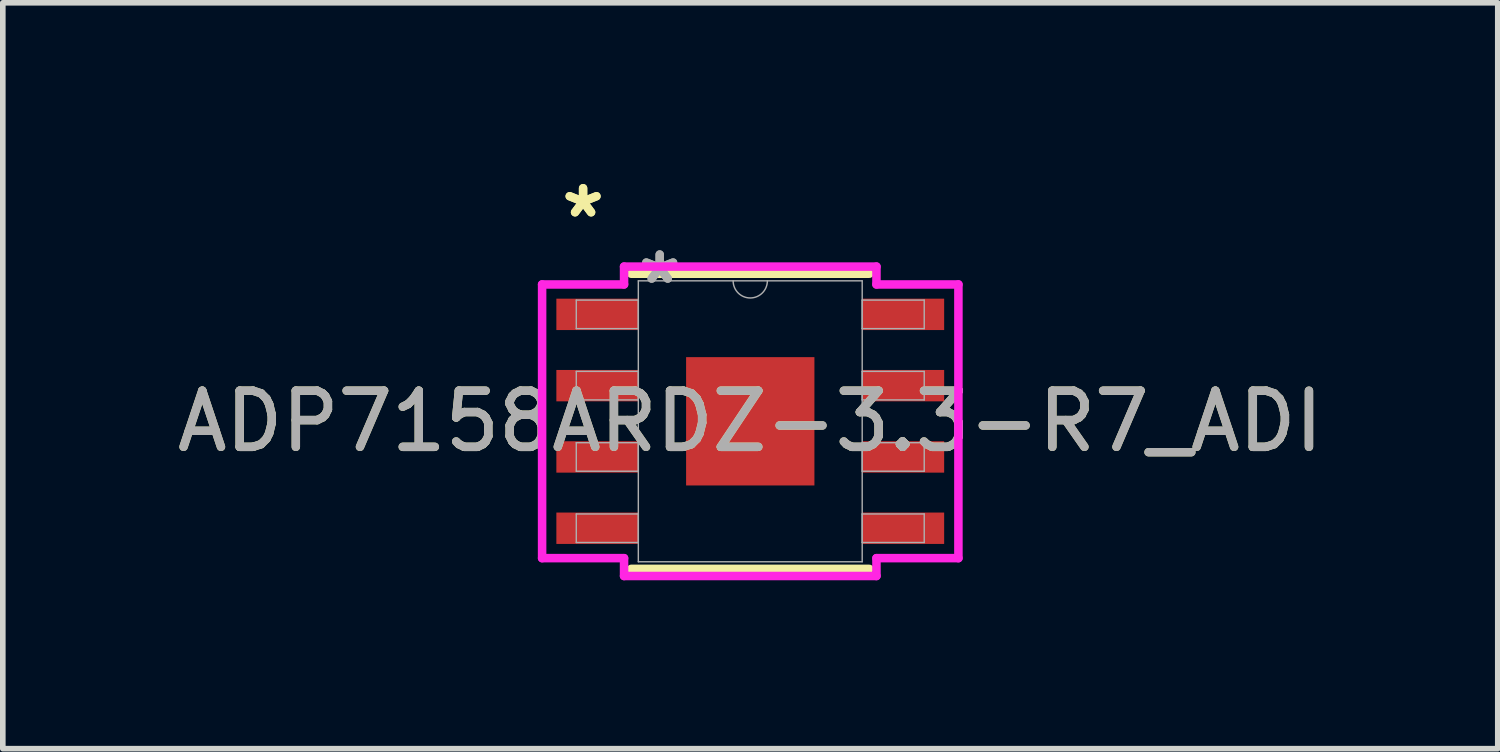
<source format=kicad_pcb>
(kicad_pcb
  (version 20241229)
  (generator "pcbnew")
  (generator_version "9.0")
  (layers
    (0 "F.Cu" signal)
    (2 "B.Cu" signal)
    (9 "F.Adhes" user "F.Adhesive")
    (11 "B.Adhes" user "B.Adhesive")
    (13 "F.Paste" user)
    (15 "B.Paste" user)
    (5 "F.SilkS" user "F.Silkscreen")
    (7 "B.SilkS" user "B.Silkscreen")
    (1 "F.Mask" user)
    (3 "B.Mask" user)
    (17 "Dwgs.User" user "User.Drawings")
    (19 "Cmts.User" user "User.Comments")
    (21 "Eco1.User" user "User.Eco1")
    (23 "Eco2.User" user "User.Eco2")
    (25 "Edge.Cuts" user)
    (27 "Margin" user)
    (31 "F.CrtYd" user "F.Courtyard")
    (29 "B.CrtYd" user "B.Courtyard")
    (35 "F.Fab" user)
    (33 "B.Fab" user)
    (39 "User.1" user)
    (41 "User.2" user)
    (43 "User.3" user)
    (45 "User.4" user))
  (footprint "ADP7158ARDZ-3.3-R7_ADI"
    (layer "F.Cu")
    (at 10.315 4.455)
    (property "Reference" "ADP7158ARDZ-3.3-R7_ADI" (at 0 0 0) (unlocked yes) (layer "F.SilkS") (effects (font (size 1 1) (thickness 0.15))))
    (attr smd)
    (fp_line (start -2.121 2.629) (end 2.121 2.629) (stroke (width 0.152) (type solid)) (layer "F.SilkS"))
    (fp_line (start 2.121 -2.629) (end -2.121 -2.629) (stroke (width 0.152) (type solid)) (layer "F.SilkS"))
    (fp_line (start -3.708 -2.438) (end -2.248 -2.438) (stroke (width 0.152) (type solid)) (layer "F.CrtYd"))
    (fp_line (start -3.708 2.438) (end -3.708 -2.438) (stroke (width 0.152) (type solid)) (layer "F.CrtYd"))
    (fp_line (start -3.708 2.438) (end -2.248 2.438) (stroke (width 0.152) (type solid)) (layer "F.CrtYd"))
    (fp_line (start -2.248 -2.756) (end 2.248 -2.756) (stroke (width 0.152) (type solid)) (layer "F.CrtYd"))
    (fp_line (start -2.248 -2.438) (end -2.248 -2.756) (stroke (width 0.152) (type solid)) (layer "F.CrtYd"))
    (fp_line (start -2.248 2.756) (end -2.248 2.438) (stroke (width 0.152) (type solid)) (layer "F.CrtYd"))
    (fp_line (start 2.248 -2.756) (end 2.248 -2.438) (stroke (width 0.152) (type solid)) (layer "F.CrtYd"))
    (fp_line (start 2.248 2.438) (end 2.248 2.756) (stroke (width 0.152) (type solid)) (layer "F.CrtYd"))
    (fp_line (start 2.248 2.756) (end -2.248 2.756) (stroke (width 0.152) (type solid)) (layer "F.CrtYd"))
    (fp_line (start 3.708 -2.438) (end 2.248 -2.438) (stroke (width 0.152) (type solid)) (layer "F.CrtYd"))
    (fp_line (start 3.708 -2.438) (end 3.708 2.438) (stroke (width 0.152) (type solid)) (layer "F.CrtYd"))
    (fp_line (start 3.708 2.438) (end 2.248 2.438) (stroke (width 0.152) (type solid)) (layer "F.CrtYd"))
    (fp_line (start -3.099 -2.159) (end -3.099 -1.651) (stroke (width 0.025) (type solid)) (layer "F.Fab"))
    (fp_line (start -3.099 -1.651) (end -1.994 -1.651) (stroke (width 0.025) (type solid)) (layer "F.Fab"))
    (fp_line (start -3.099 -0.889) (end -3.099 -0.381) (stroke (width 0.025) (type solid)) (layer "F.Fab"))
    (fp_line (start -3.099 -0.381) (end -1.994 -0.381) (stroke (width 0.025) (type solid)) (layer "F.Fab"))
    (fp_line (start -3.099 0.381) (end -3.099 0.889) (stroke (width 0.025) (type solid)) (layer "F.Fab"))
    (fp_line (start -3.099 0.889) (end -1.994 0.889) (stroke (width 0.025) (type solid)) (layer "F.Fab"))
    (fp_line (start -3.099 1.651) (end -3.099 2.159) (stroke (width 0.025) (type solid)) (layer "F.Fab"))
    (fp_line (start -3.099 2.159) (end -1.994 2.159) (stroke (width 0.025) (type solid)) (layer "F.Fab"))
    (fp_line (start -1.994 -2.502) (end -1.994 2.502) (stroke (width 0.025) (type solid)) (layer "F.Fab"))
    (fp_line (start -1.994 -2.159) (end -3.099 -2.159) (stroke (width 0.025) (type solid)) (layer "F.Fab"))
    (fp_line (start -1.994 -1.651) (end -1.994 -2.159) (stroke (width 0.025) (type solid)) (layer "F.Fab"))
    (fp_line (start -1.994 -0.889) (end -3.099 -0.889) (stroke (width 0.025) (type solid)) (layer "F.Fab"))
    (fp_line (start -1.994 -0.381) (end -1.994 -0.889) (stroke (width 0.025) (type solid)) (layer "F.Fab"))
    (fp_line (start -1.994 0.381) (end -3.099 0.381) (stroke (width 0.025) (type solid)) (layer "F.Fab"))
    (fp_line (start -1.994 0.889) (end -1.994 0.381) (stroke (width 0.025) (type solid)) (layer "F.Fab"))
    (fp_line (start -1.994 1.651) (end -3.099 1.651) (stroke (width 0.025) (type solid)) (layer "F.Fab"))
    (fp_line (start -1.994 2.159) (end -1.994 1.651) (stroke (width 0.025) (type solid)) (layer "F.Fab"))
    (fp_line (start -1.994 2.502) (end 1.994 2.502) (stroke (width 0.025) (type solid)) (layer "F.Fab"))
    (fp_line (start 1.994 -2.502) (end -1.994 -2.502) (stroke (width 0.025) (type solid)) (layer "F.Fab"))
    (fp_line (start 1.994 -2.159) (end 1.994 -1.651) (stroke (width 0.025) (type solid)) (layer "F.Fab"))
    (fp_line (start 1.994 -1.651) (end 3.099 -1.651) (stroke (width 0.025) (type solid)) (layer "F.Fab"))
    (fp_line (start 1.994 -0.889) (end 1.994 -0.381) (stroke (width 0.025) (type solid)) (layer "F.Fab"))
    (fp_line (start 1.994 -0.381) (end 3.099 -0.381) (stroke (width 0.025) (type solid)) (layer "F.Fab"))
    (fp_line (start 1.994 0.381) (end 1.994 0.889) (stroke (width 0.025) (type solid)) (layer "F.Fab"))
    (fp_line (start 1.994 0.889) (end 3.099 0.889) (stroke (width 0.025) (type solid)) (layer "F.Fab"))
    (fp_line (start 1.994 1.651) (end 1.994 2.159) (stroke (width 0.025) (type solid)) (layer "F.Fab"))
    (fp_line (start 1.994 2.159) (end 3.099 2.159) (stroke (width 0.025) (type solid)) (layer "F.Fab"))
    (fp_line (start 1.994 2.502) (end 1.994 -2.502) (stroke (width 0.025) (type solid)) (layer "F.Fab"))
    (fp_line (start 3.099 -2.159) (end 1.994 -2.159) (stroke (width 0.025) (type solid)) (layer "F.Fab"))
    (fp_line (start 3.099 -1.651) (end 3.099 -2.159) (stroke (width 0.025) (type solid)) (layer "F.Fab"))
    (fp_line (start 3.099 -0.889) (end 1.994 -0.889) (stroke (width 0.025) (type solid)) (layer "F.Fab"))
    (fp_line (start 3.099 -0.381) (end 3.099 -0.889) (stroke (width 0.025) (type solid)) (layer "F.Fab"))
    (fp_line (start 3.099 0.381) (end 1.994 0.381) (stroke (width 0.025) (type solid)) (layer "F.Fab"))
    (fp_line (start 3.099 0.889) (end 3.099 0.381) (stroke (width 0.025) (type solid)) (layer "F.Fab"))
    (fp_line (start 3.099 1.651) (end 1.994 1.651) (stroke (width 0.025) (type solid)) (layer "F.Fab"))
    (fp_line (start 3.099 2.159) (end 3.099 1.651) (stroke (width 0.025) (type solid)) (layer "F.Fab"))
    (fp_arc (start 0.3048 -2.5019) (mid 0 -2.1971) (end -0.3048 -2.5019) (stroke (width 0.0254) (type solid)) (layer "F.Fab"))
    (fp_text user "*" (at -2.978 -3.607 0) (layer "F.SilkS") (effects (font (size 1 1) (thickness 0.15))))
    (fp_text user "*" (at -2.978 -3.607 0) (unlocked yes) (layer "F.SilkS") (effects (font (size 1 1) (thickness 0.15))))
    (fp_text user "${REFERENCE}" (at 0 0 0) (unlocked yes) (layer "F.Fab") (effects (font (size 1 1) (thickness 0.15))))
    (fp_text user "*" (at -1.613 -2.426 0) (unlocked yes) (layer "F.Fab") (effects (font (size 1 1) (thickness 0.15))))
    (fp_text user "*" (at -1.613 -2.426 0) (layer "F.Fab") (effects (font (size 1 1) (thickness 0.15))))
    (pad "1" smd rect (at -2.724 -1.905) (size 1.46 0.559) (layers "F.Cu" "F.Mask" "F.Paste"))
    (pad "2" smd rect (at -2.724 -0.635) (size 1.46 0.559) (layers "F.Cu" "F.Mask" "F.Paste"))
    (pad "3" smd rect (at -2.724 0.635) (size 1.46 0.559) (layers "F.Cu" "F.Mask" "F.Paste"))
    (pad "4" smd rect (at -2.724 1.905) (size 1.46 0.559) (layers "F.Cu" "F.Mask" "F.Paste"))
    (pad "5" smd rect (at 2.724 1.905) (size 1.46 0.559) (layers "F.Cu" "F.Mask" "F.Paste"))
    (pad "6" smd rect (at 2.724 0.635) (size 1.46 0.559) (layers "F.Cu" "F.Mask" "F.Paste"))
    (pad "7" smd rect (at 2.724 -0.635) (size 1.46 0.559) (layers "F.Cu" "F.Mask" "F.Paste"))
    (pad "8" smd rect (at 2.724 -1.905) (size 1.46 0.559) (layers "F.Cu" "F.Mask" "F.Paste"))
    (pad "EPAD" smd rect (at 0 0) (size 2.286 2.286) (layers "F.Cu" "F.Mask" "F.Paste")))
  (gr_rect
    (start -3 -3)
    (end 23.631 10.287)
    (stroke (width 0.1) (type default))
    (fill no)
    (layer "Edge.Cuts")))
</source>
